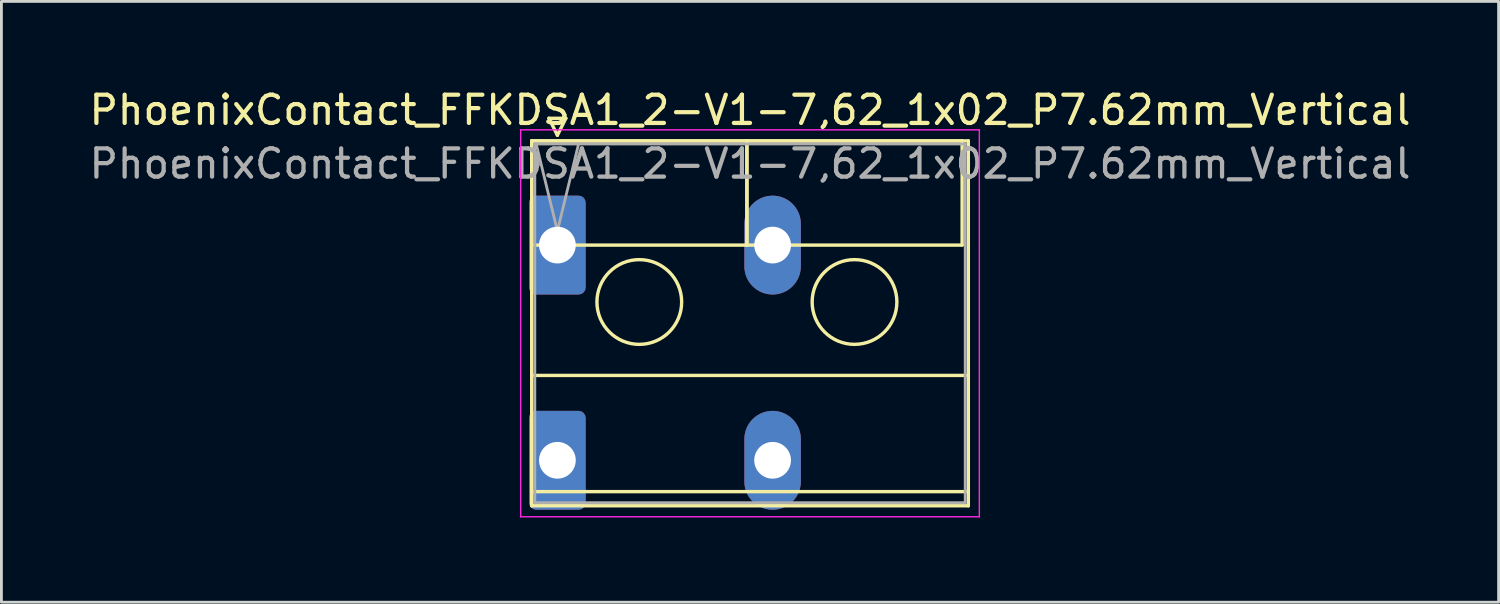
<source format=kicad_pcb>
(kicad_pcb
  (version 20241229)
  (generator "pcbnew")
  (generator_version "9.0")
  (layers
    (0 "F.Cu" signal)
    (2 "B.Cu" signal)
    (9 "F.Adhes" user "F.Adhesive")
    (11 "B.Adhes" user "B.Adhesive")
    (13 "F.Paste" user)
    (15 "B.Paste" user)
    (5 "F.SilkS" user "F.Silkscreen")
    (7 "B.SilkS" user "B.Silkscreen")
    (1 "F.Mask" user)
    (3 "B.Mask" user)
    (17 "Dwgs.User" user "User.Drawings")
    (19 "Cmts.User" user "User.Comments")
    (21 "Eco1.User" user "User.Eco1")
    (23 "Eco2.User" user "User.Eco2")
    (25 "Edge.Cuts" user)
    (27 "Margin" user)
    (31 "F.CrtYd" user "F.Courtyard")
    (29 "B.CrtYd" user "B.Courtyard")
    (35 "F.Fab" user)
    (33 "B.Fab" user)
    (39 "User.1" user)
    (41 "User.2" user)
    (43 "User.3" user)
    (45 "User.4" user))
  (footprint "PhoenixContact_FFKDSA1_2-V1-7,62_1x02_P7.62mm_Vertical"
    (layer "F.Cu")
    (at 16.686 5.628)
    (property "Reference" "PhoenixContact_FFKDSA1_2-V1-7,62_1x02_P7.62mm_Vertical" (at 6.82 -4.78 0) (layer "F.SilkS") (effects (font (size 1 1) (thickness 0.15))))
    (attr through_hole)
    (fp_line (start -0.91 -3.69) (end -0.91 0) (stroke (width 0.12) (type solid)) (layer "F.SilkS"))
    (fp_line (start -0.91 -3.69) (end -0.91 9.23) (stroke (width 0.12) (type solid)) (layer "F.SilkS"))
    (fp_line (start -0.91 0) (end 6.71 0) (stroke (width 0.12) (type solid)) (layer "F.SilkS"))
    (fp_line (start -0.91 4.615) (end 14.55 4.615) (stroke (width 0.12) (type solid)) (layer "F.SilkS"))
    (fp_line (start -0.91 8.73) (end 14.55 8.73) (stroke (width 0.12) (type solid)) (layer "F.SilkS"))
    (fp_line (start -0.91 9.23) (end 14.55 9.23) (stroke (width 0.12) (type solid)) (layer "F.SilkS"))
    (fp_line (start -0.3 -4.49) (end 0.3 -4.49) (stroke (width 0.12) (type solid)) (layer "F.SilkS"))
    (fp_line (start 0 -3.89) (end -0.3 -4.49) (stroke (width 0.12) (type solid)) (layer "F.SilkS"))
    (fp_line (start 0.3 -4.49) (end 0 -3.89) (stroke (width 0.12) (type solid)) (layer "F.SilkS"))
    (fp_line (start 6.71 -3.69) (end -0.91 -3.69) (stroke (width 0.12) (type solid)) (layer "F.SilkS"))
    (fp_line (start 6.71 -3.69) (end 6.71 0) (stroke (width 0.12) (type solid)) (layer "F.SilkS"))
    (fp_line (start 6.71 0) (end 6.71 -3.69) (stroke (width 0.12) (type solid)) (layer "F.SilkS"))
    (fp_line (start 6.71 0) (end 14.33 0) (stroke (width 0.12) (type solid)) (layer "F.SilkS"))
    (fp_line (start 14.33 -3.69) (end 6.71 -3.69) (stroke (width 0.12) (type solid)) (layer "F.SilkS"))
    (fp_line (start 14.33 0) (end 14.33 -3.69) (stroke (width 0.12) (type solid)) (layer "F.SilkS"))
    (fp_line (start 14.55 -3.69) (end -0.91 -3.69) (stroke (width 0.12) (type solid)) (layer "F.SilkS"))
    (fp_line (start 14.55 9.23) (end 14.55 -3.69) (stroke (width 0.12) (type solid)) (layer "F.SilkS"))
    (fp_circle (center 2.9 2.015) (end 4.4 2.015) (stroke (width 0.12) (type solid)) (fill no) (layer "F.SilkS"))
    (fp_circle (center 10.52 2.015) (end 12.02 2.015) (stroke (width 0.12) (type solid)) (fill no) (layer "F.SilkS"))
    (fp_line (start -1.3 -4.08) (end -1.3 9.62) (stroke (width 0.05) (type solid)) (layer "F.CrtYd"))
    (fp_line (start -1.3 9.62) (end 14.94 9.62) (stroke (width 0.05) (type solid)) (layer "F.CrtYd"))
    (fp_line (start 14.94 -4.08) (end -1.3 -4.08) (stroke (width 0.05) (type solid)) (layer "F.CrtYd"))
    (fp_line (start 14.94 9.62) (end 14.94 -4.08) (stroke (width 0.05) (type solid)) (layer "F.CrtYd"))
    (fp_line (start -0.8 -3.58) (end -0.8 9.12) (stroke (width 0.1) (type solid)) (layer "F.Fab"))
    (fp_line (start -0.8 9.12) (end 14.44 9.12) (stroke (width 0.1) (type solid)) (layer "F.Fab"))
    (fp_line (start 0 -0.5) (end -0.75 -3.58) (stroke (width 0.1) (type solid)) (layer "F.Fab"))
    (fp_line (start 0.75 -3.58) (end 0 -0.5) (stroke (width 0.1) (type solid)) (layer "F.Fab"))
    (fp_line (start 14.44 -3.58) (end -0.8 -3.58) (stroke (width 0.1) (type solid)) (layer "F.Fab"))
    (fp_line (start 14.44 9.12) (end 14.44 -3.58) (stroke (width 0.1) (type solid)) (layer "F.Fab"))
    (fp_text user "${REFERENCE}" (at 6.82 -2.88 0) (layer "F.Fab") (effects (font (size 1 1) (thickness 0.15))))
    (pad "1" thru_hole roundrect (at 0 0) (size 2 3.5) (drill 1.3) (layers "*.Cu" "*.Mask") (roundrect_rratio 0.125))
    (pad "1" thru_hole roundrect (at 0 7.62) (size 2 3.5) (drill 1.3) (layers "*.Cu" "*.Mask") (roundrect_rratio 0.125))
    (pad "2" thru_hole oval (at 7.62 0) (size 2 3.5) (drill 1.3) (layers "*.Cu" "*.Mask"))
    (pad "2" thru_hole oval (at 7.62 7.62) (size 2 3.5) (drill 1.3) (layers "*.Cu" "*.Mask")))
  (gr_rect
    (start -3 -3)
    (end 50.012 18.273)
    (stroke (width 0.1) (type default))
    (fill no)
    (layer "Edge.Cuts")))
</source>
